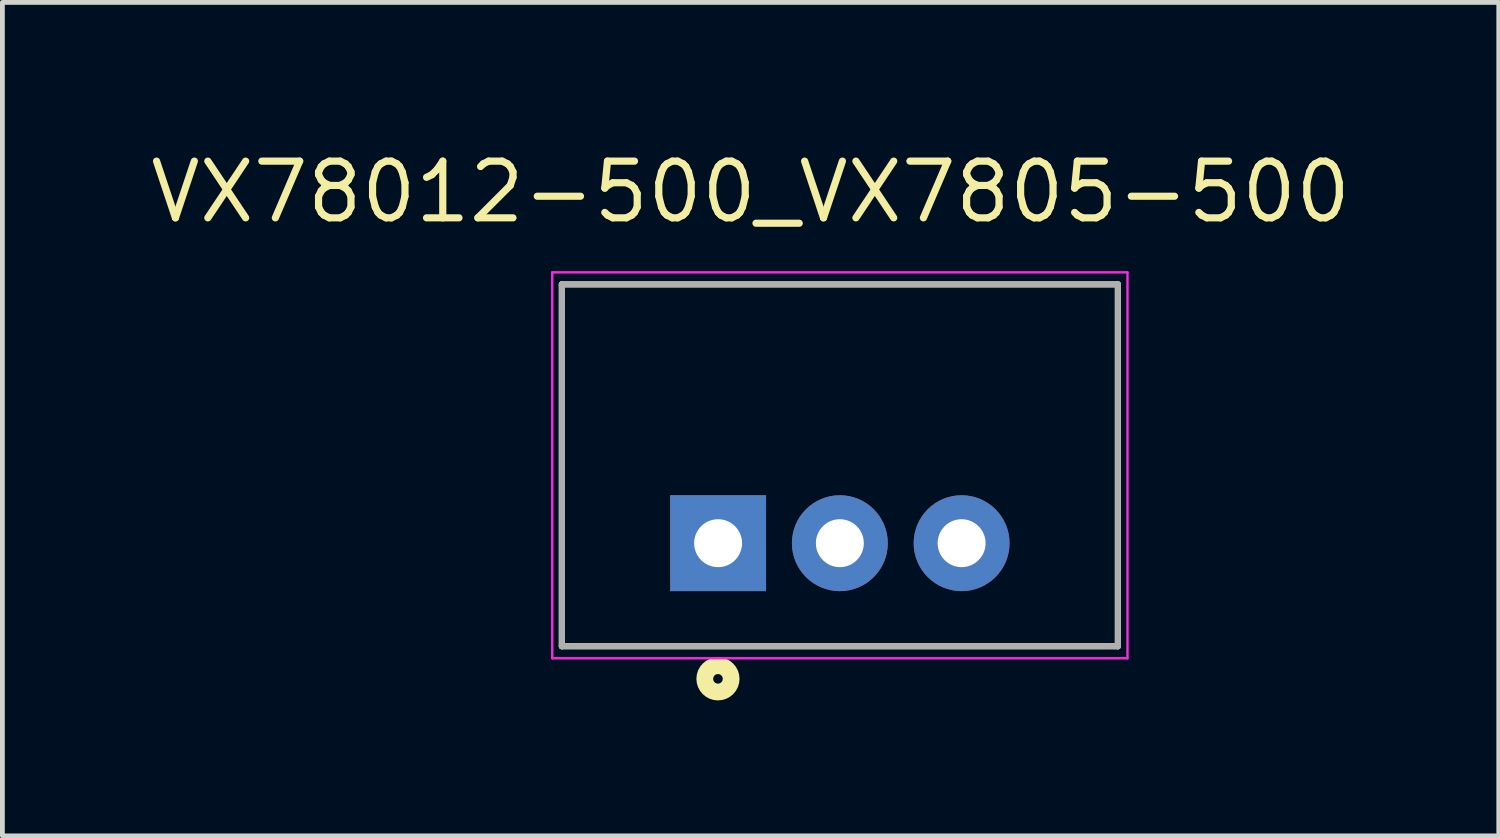
<source format=kicad_pcb>
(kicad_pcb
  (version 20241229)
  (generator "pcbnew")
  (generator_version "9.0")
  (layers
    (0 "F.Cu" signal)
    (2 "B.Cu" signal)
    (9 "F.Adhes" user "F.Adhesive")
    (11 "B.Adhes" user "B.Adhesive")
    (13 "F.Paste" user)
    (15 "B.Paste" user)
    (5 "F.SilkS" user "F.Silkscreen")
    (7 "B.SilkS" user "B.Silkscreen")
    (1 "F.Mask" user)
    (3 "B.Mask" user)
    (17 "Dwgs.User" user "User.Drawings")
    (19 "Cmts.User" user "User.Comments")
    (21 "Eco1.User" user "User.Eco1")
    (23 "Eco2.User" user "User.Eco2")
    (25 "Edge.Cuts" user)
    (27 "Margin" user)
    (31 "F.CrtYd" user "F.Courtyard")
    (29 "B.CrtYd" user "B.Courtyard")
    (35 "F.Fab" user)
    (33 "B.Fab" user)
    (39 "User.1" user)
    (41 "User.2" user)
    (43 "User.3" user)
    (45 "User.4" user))
  (footprint "VX78012-500_VX7805-500"
    (layer "F.Cu")
    (at 14.471 6.657)
    (property "Reference" "VX78012-500_VX7805-500" (at -1.862 -5.702 0) (layer "F.SilkS") (effects (font (size 1.183 1.183) (thickness 0.15))))
    (attr through_hole)
    (fp_line (start -5.8 -3.775) (end 5.8 -3.775) (stroke (width 0.127) (type solid)) (layer "F.SilkS"))
    (fp_line (start -5.8 3.775) (end -5.8 -3.775) (stroke (width 0.127) (type solid)) (layer "F.SilkS"))
    (fp_line (start 5.8 -3.775) (end 5.8 3.775) (stroke (width 0.127) (type solid)) (layer "F.SilkS"))
    (fp_line (start 5.8 3.775) (end -5.8 3.775) (stroke (width 0.127) (type solid)) (layer "F.SilkS"))
    (fp_circle (center -2.543 4.455) (end -2.443 4.455) (stroke (width 0.35) (type solid)) (fill no) (layer "F.SilkS"))
    (fp_line (start -6 -4.025) (end 6 -4.025) (stroke (width 0.05) (type solid)) (layer "F.CrtYd"))
    (fp_line (start -6 4.025) (end -6 -4.025) (stroke (width 0.05) (type solid)) (layer "F.CrtYd"))
    (fp_line (start 6 -4.025) (end 6 4.025) (stroke (width 0.05) (type solid)) (layer "F.CrtYd"))
    (fp_line (start 6 4.025) (end -6 4.025) (stroke (width 0.05) (type solid)) (layer "F.CrtYd"))
    (fp_line (start -5.8 -3.775) (end 5.8 -3.775) (stroke (width 0.127) (type solid)) (layer "F.Fab"))
    (fp_line (start -5.8 3.775) (end -5.8 -3.775) (stroke (width 0.127) (type solid)) (layer "F.Fab"))
    (fp_line (start 5.8 -3.775) (end 5.8 3.775) (stroke (width 0.127) (type solid)) (layer "F.Fab"))
    (fp_line (start 5.8 3.775) (end -5.8 3.775) (stroke (width 0.127) (type solid)) (layer "F.Fab"))
    (fp_circle (center -2.543 1.645) (end -2.443 1.645) (stroke (width 0.35) (type solid)) (fill no) (layer "F.Fab"))
    (pad "1" thru_hole rect (at -2.54 1.625) (size 2 2) (drill 1) (layers "*.Cu" "*.Mask"))
    (pad "2" thru_hole circle (at 0 1.625) (size 2 2) (drill 1) (layers "*.Cu" "*.Mask"))
    (pad "3" thru_hole circle (at 2.54 1.625) (size 2 2) (drill 1) (layers "*.Cu" "*.Mask")))
  (gr_rect
    (start -3 -3)
    (end 28.217 14.387)
    (stroke (width 0.1) (type default))
    (fill no)
    (layer "Edge.Cuts")))
</source>
